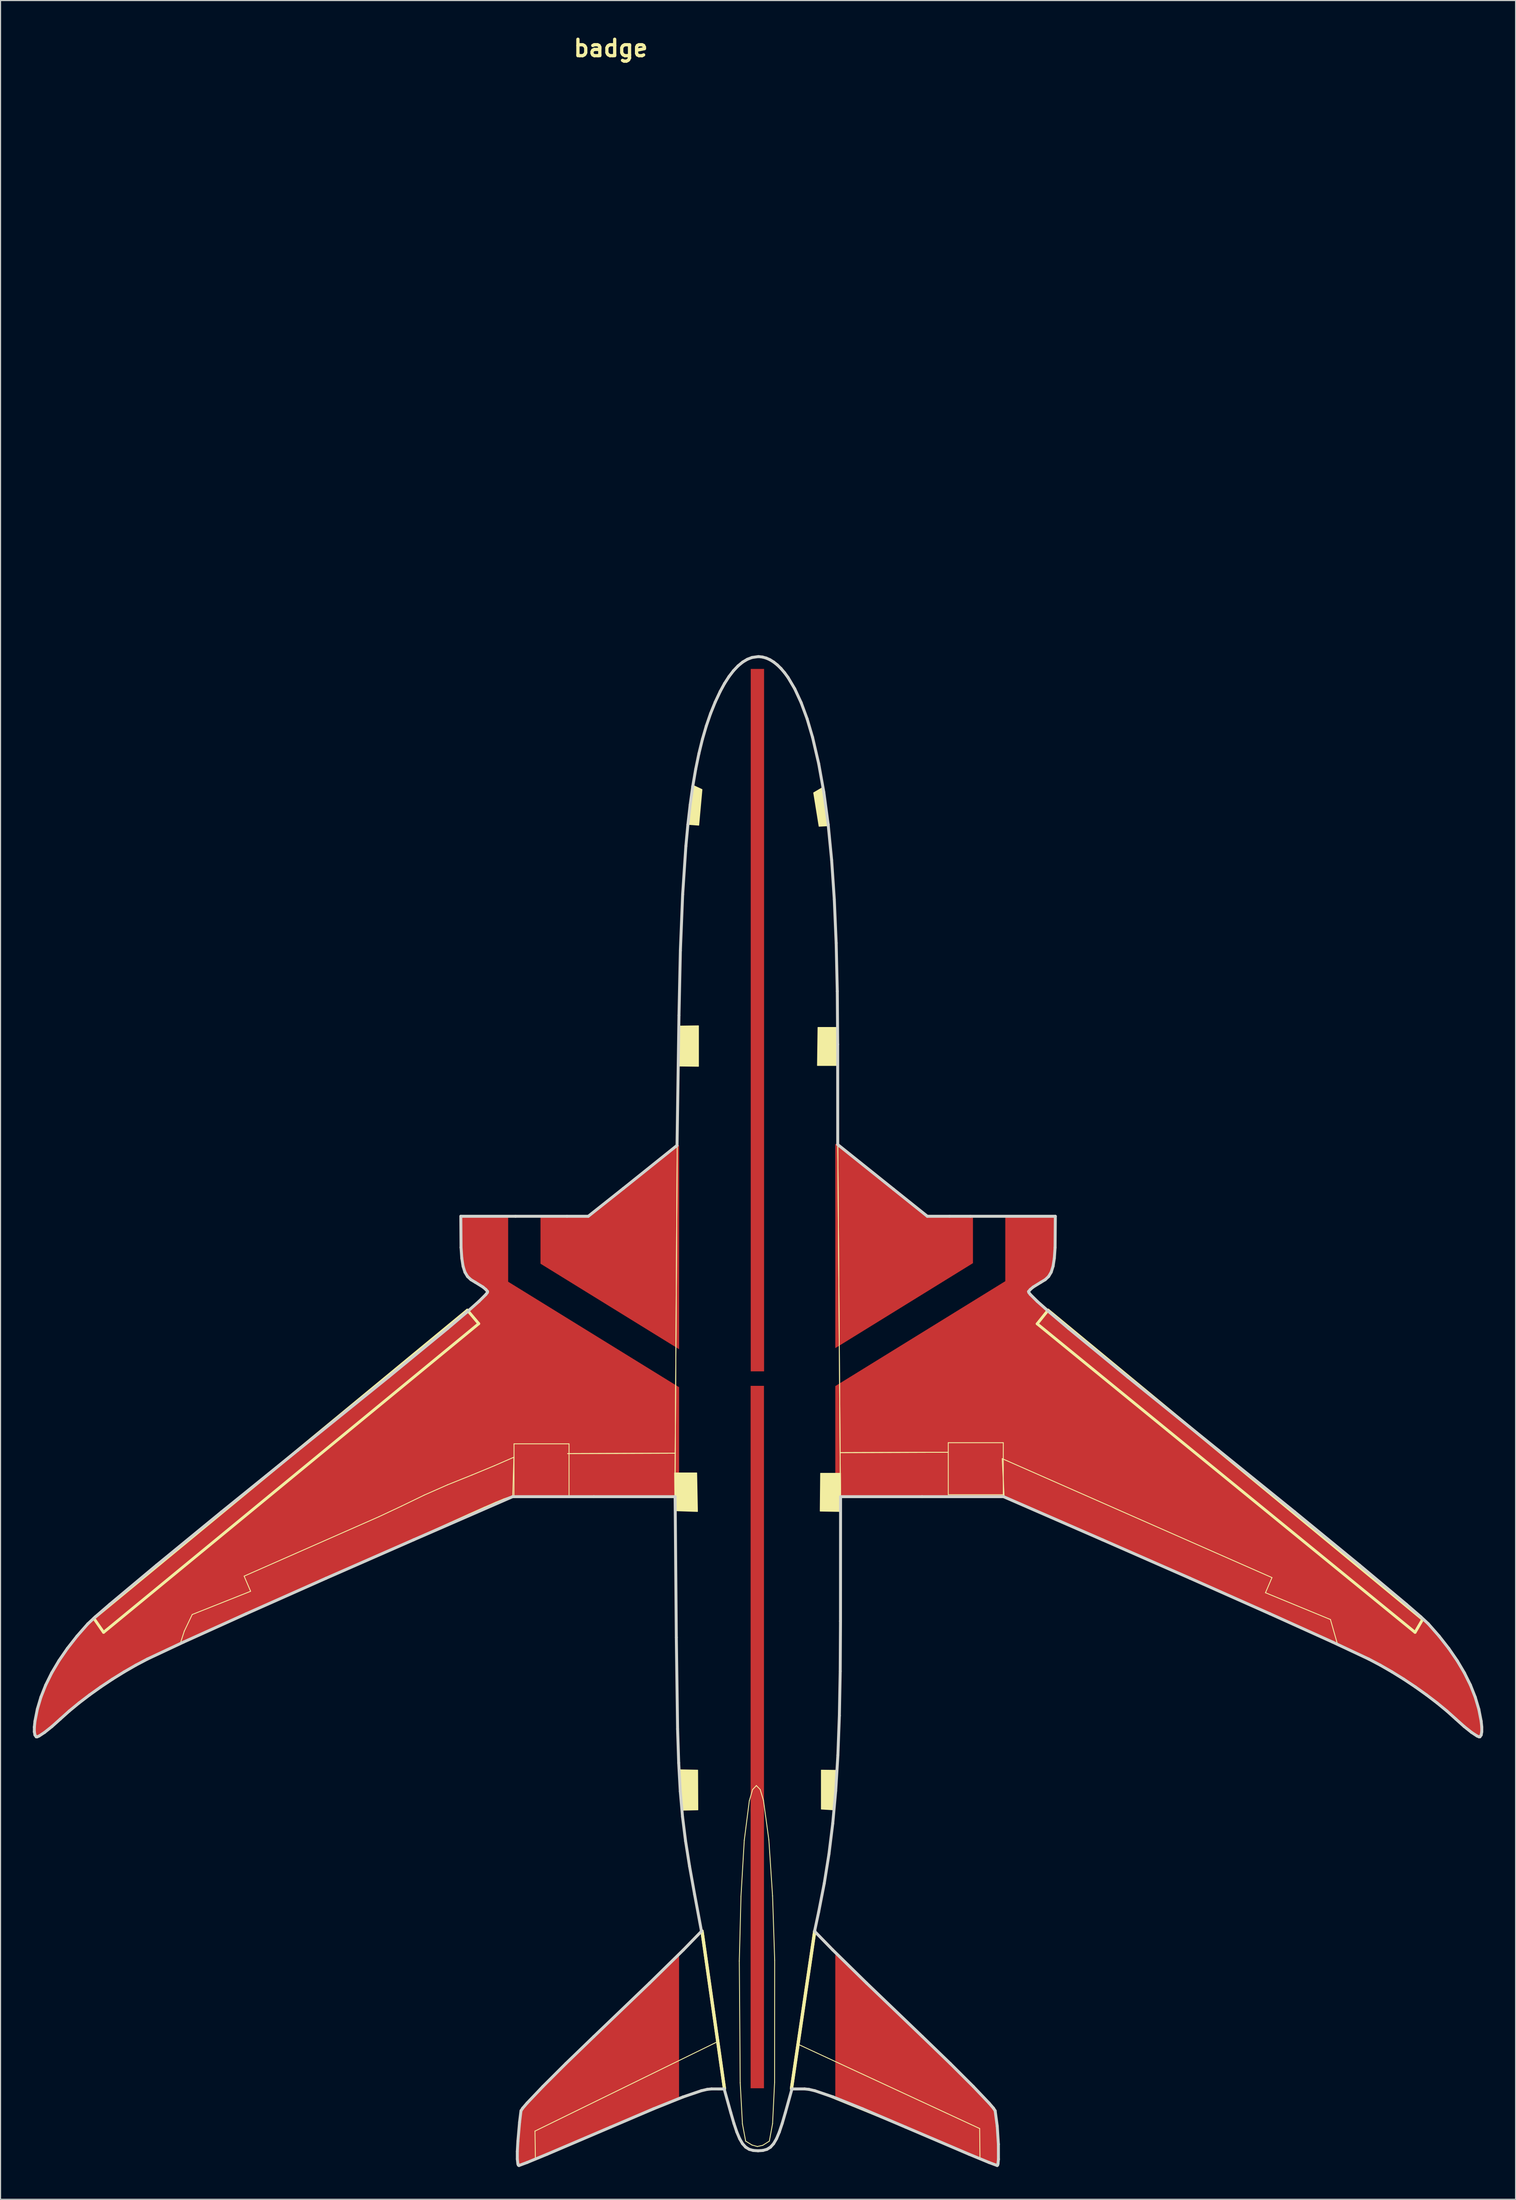
<source format=kicad_pcb>
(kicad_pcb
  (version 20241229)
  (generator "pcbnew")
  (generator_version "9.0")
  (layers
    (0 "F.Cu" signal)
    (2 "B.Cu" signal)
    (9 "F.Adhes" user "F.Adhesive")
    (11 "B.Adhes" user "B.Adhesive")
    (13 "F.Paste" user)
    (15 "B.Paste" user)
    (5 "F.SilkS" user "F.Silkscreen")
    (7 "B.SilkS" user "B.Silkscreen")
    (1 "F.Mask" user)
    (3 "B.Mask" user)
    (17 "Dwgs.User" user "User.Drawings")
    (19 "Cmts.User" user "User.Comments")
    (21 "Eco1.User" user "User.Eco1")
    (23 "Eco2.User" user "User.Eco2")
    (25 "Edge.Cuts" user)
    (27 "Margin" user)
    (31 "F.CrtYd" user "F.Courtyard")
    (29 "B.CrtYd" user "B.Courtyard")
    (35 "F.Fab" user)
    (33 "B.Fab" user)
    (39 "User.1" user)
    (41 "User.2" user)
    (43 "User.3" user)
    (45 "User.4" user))
  (footprint "badge"
    (layer "F.Cu")
    (at 53.622 101.174)
    (property "Reference" "badge" (at 0 -99.748 0) (layer "F.SilkS") (effects (font (size 1.524 1.524) (thickness 0.305))))
    (attr smd)
    (fp_poly (pts (xy -49.167 50.656) (xy -48.634 51.103) (xy -49.471 52.101) (xy -50.004 51.654) (xy -49.167 50.656)) (stroke (width 0) (type solid)) (fill yes) (layer "F.Cu"))
    (fp_poly (pts (xy 12.976 24.358) (xy 14.215 24.358) (xy 14.215 89.532) (xy 12.976 89.532) (xy 12.976 24.358)) (stroke (width 0) (type solid)) (fill yes) (layer "F.Cu"))
    (fp_poly (pts (xy 12.986 -42.16) (xy 14.225 -42.16) (xy 14.225 23.014) (xy 12.986 23.014) (xy 12.986 -42.16)) (stroke (width 0) (type solid)) (fill yes) (layer "F.Cu"))
    (fp_poly (pts (xy 76.148 50.349) (xy 76.985 51.347) (xy 76.453 51.794) (xy 75.615 50.796) (xy 76.148 50.349)) (stroke (width 0) (type solid)) (fill yes) (layer "F.Cu"))
    (fp_poly (pts (xy 6.149 2.011) (xy 6.149 2.05) (xy 1.166 6.044) (xy -2.089 8.626) (xy -4.062 8.626) (xy -6.521 8.626) (xy -6.521 13.026) (xy 6.336 20.959) (xy 6.336 2.04) (xy 6.149 2.011)) (stroke (width 0) (type solid)) (fill yes) (layer "F.Cu"))
    (fp_poly (pts (xy 20.941 1.908) (xy 20.834 1.927) (xy 20.834 20.858) (xy 33.606 12.975) (xy 33.606 8.626) (xy 33.371 8.626) (xy 31.433 8.626) (xy 29.372 8.626) (xy 26.229 6.111) (xy 21.06 1.973) (xy 21.06 1.967) (xy 20.929 1.93) (xy 20.879 1.924) (xy 20.904 1.926) (xy 20.941 1.908)) (stroke (width 0) (type solid)) (fill yes) (layer "F.Cu"))
    (fp_poly (pts (xy 20.834 76.931) (xy 20.834 90.42) (xy 23.362 91.436) (xy 27.368 93.145) (xy 33.248 95.655) (xy 35.099 96.419) (xy 35.851 96.7) (xy 35.894 96.659) (xy 35.927 96.543) (xy 35.97 96.118) (xy 35.966 94.724) (xy 35.859 93.049) (xy 35.666 91.622) (xy 35.508 91.379) (xy 35.098 90.904) (xy 33.636 89.367) (xy 31.501 87.237) (xy 28.915 84.741) (xy 23.733 79.772) (xy 20.834 76.931)) (stroke (width 0) (type solid)) (fill yes) (layer "F.Cu"))
    (fp_poly (pts (xy 6.336 77.088) (xy 3.6 79.772) (xy -1.581 84.741) (xy -4.167 87.237) (xy -6.301 89.367) (xy -7.764 90.904) (xy -8.173 91.379) (xy -8.332 91.622) (xy -8.463 92.684) (xy -8.617 94.444) (xy -8.671 95.395) (xy -8.671 96.104) (xy -8.62 96.547) (xy -8.575 96.66) (xy -8.517 96.699) (xy -7.764 96.418) (xy -5.913 95.655) (xy -0.033 93.145) (xy 3.972 91.436) (xy 6.336 90.486) (xy 6.336 77.088)) (stroke (width 0) (type solid)) (fill yes) (layer "F.Cu"))
    (fp_poly (pts (xy -13.915 8.626) (xy -13.893 11.521) (xy -13.825 12.512) (xy -13.707 13.261) (xy -13.532 13.812) (xy -13.292 14.213) (xy -12.978 14.508) (xy -12.581 14.745) (xy -11.86 15.192) (xy -11.591 15.418) (xy -11.432 15.607) (xy -11.455 15.703) (xy -11.591 15.882) (xy -12.226 16.516) (xy -13.393 17.552) (xy -15.143 19.037) (xy -20.613 23.529) (xy -29.064 30.353) (xy -36.123 36.062) (xy -42.144 40.999) (xy -46.491 44.633) (xy -47.836 45.798) (xy -48.523 46.44) (xy -49.528 47.584) (xy -50.422 48.724) (xy -51.205 49.861) (xy -51.875 50.994) (xy -52.433 52.121) (xy -52.877 53.242) (xy -53.208 54.356) (xy -53.426 55.463) (xy -53.485 56.018) (xy -53.486 56.454) (xy -53.428 56.758) (xy -53.314 56.921) (xy -53.214 56.921) (xy -53.045 56.848) (xy -52.534 56.513) (xy -51.853 55.97) (xy -51.076 55.274) (xy -50.252 54.534) (xy -49.338 53.782) (xy -48.353 53.03) (xy -47.314 52.29) (xy -46.241 51.575) (xy -45.15 50.898) (xy -44.061 50.271) (xy -42.992 49.707) (xy -39.657 48.141) (xy -33.831 45.507) (xy -26.411 42.208) (xy -18.295 38.646) (xy -9.112 34.642) (xy -1.571 34.642) (xy 5.971 34.642) (xy 5.971 34.654) (xy 6.05 34.661) (xy 6.142 34.628) (xy 6.247 34.618) (xy 6.336 34.584) (xy 6.336 24.484) (xy -9.521 14.699) (xy -9.521 8.626) (xy -13.915 8.626)) (stroke (width 0) (type solid)) (fill yes) (layer "F.Cu"))
    (fp_poly (pts (xy 36.606 8.626) (xy 36.606 14.649) (xy 20.834 24.381) (xy 20.834 34.615) (xy 20.952 34.616) (xy 21.154 34.626) (xy 21.214 34.632) (xy 21.322 34.666) (xy 21.322 34.642) (xy 28.883 34.642) (xy 36.446 34.642) (xy 45.628 38.646) (xy 53.744 42.208) (xy 61.165 45.507) (xy 66.991 48.141) (xy 70.326 49.707) (xy 71.396 50.271) (xy 72.484 50.898) (xy 73.575 51.575) (xy 74.648 52.29) (xy 75.687 53.03) (xy 76.672 53.782) (xy 77.585 54.534) (xy 78.41 55.274) (xy 79.186 55.97) (xy 79.867 56.513) (xy 80.379 56.848) (xy 80.549 56.921) (xy 80.648 56.921) (xy 80.762 56.758) (xy 80.819 56.454) (xy 80.819 56.018) (xy 80.759 55.463) (xy 80.542 54.356) (xy 80.211 53.241) (xy 79.766 52.12) (xy 79.208 50.993) (xy 78.538 49.861) (xy 77.755 48.723) (xy 76.861 47.582) (xy 75.855 46.437) (xy 75.167 45.795) (xy 73.822 44.63) (xy 69.476 40.994) (xy 63.454 36.057) (xy 56.398 30.348) (xy 47.975 23.546) (xy 42.503 19.051) (xy 40.746 17.561) (xy 39.571 16.519) (xy 38.929 15.881) (xy 38.791 15.7) (xy 38.768 15.605) (xy 38.926 15.416) (xy 39.195 15.191) (xy 39.915 14.745) (xy 40.311 14.508) (xy 40.625 14.213) (xy 40.866 13.812) (xy 41.041 13.261) (xy 41.158 12.512) (xy 41.227 11.521) (xy 41.249 8.626) (xy 36.606 8.626)) (stroke (width 0) (type solid)) (fill yes) (layer "F.Cu"))
    (fp_poly (pts (xy 9.748 -36.09) (xy 9.916 -37.019) (xy 10.16 -37.833) (xy 10.545 -38.573) (xy 11.756 -39.912) (xy 12.588 -40.423) (xy 13.579 -40.63) (xy 14.582 -40.435) (xy 15.436 -39.934) (xy 16.134 -39.266) (xy 16.665 -38.573) (xy 17.037 -37.815) (xy 17.277 -37.003) (xy 17.445 -36.09) (xy 16.665 -36.09) (xy 16.578 -36.475) (xy 16.177 -37.322) (xy 15.792 -37.777) (xy 15.248 -38.175) (xy 14.519 -38.459) (xy 13.579 -38.573) (xy 12.641 -38.474) (xy 11.918 -38.196) (xy 11.383 -37.799) (xy 11.007 -37.341) (xy 10.623 -36.482) (xy 10.545 -36.09) (xy 9.748 -36.09) (xy 9.748 -36.09)) (stroke (width 0.07) (type solid)) (fill yes) (layer "F.Mask"))
    (fp_poly (pts (xy 34.384 18.87) (xy 30.83 21.173) (xy 30.922 21.213) (xy 30.847 21.306) (xy 30.771 21.377) (xy 30.665 21.243) (xy 30.559 21.109) (xy 30.559 21.109) (xy 30.649 21.132) (xy 30.83 21.173) (xy 34.384 18.87) (xy 30.421 21.724) (xy 30.298 21.864) (xy 30.151 22.007) (xy 30.135 21.915) (xy 30.128 21.692) (xy 30.14 21.374) (xy 30.14 21.374) (xy 30.286 21.549) (xy 30.421 21.724) (xy 34.384 18.87) (xy 29.651 22.583) (xy 29.529 22.717) (xy 29.038 23.298) (xy 28.445 24.042) (xy 28.095 24.485) (xy 28.072 24.499) (xy 28.065 24.485) (xy 28.077 24.392) (xy 28.161 23.997) (xy 28.295 23.582) (xy 28.474 23.157) (xy 28.693 22.737) (xy 29.116 22.084) (xy 29.538 21.517) (xy 29.648 21.39) (xy 29.649 21.39) (xy 29.65 21.986) (xy 29.651 22.583) (xy 34.384 18.87) (xy 34.161 18.896) (xy 27.49 25.068) (xy 27.571 25.087) (xy 27.585 25.122) (xy 27.48 25.323) (xy 27.226 25.718) (xy 26.755 26.435) (xy 26.643 26.62) (xy 26.557 26.428) (xy 26.438 26.135) (xy 26.342 25.842) (xy 26.27 25.55) (xy 26.223 25.261) (xy 26.199 25.059) (xy 26.199 25.059) (xy 26.892 25.059) (xy 27.49 25.068) (xy 34.161 18.896) (xy 33.905 18.972) (xy 31.519 21.429) (xy 31.728 21.546) (xy 32.004 21.72) (xy 32.266 21.924) (xy 32.512 22.154) (xy 32.739 22.408) (xy 32.943 22.682) (xy 33.123 22.973) (xy 33.276 23.277) (xy 33.398 23.591) (xy 33.526 24.081) (xy 33.589 24.491) (xy 33.574 24.524) (xy 33.49 24.542) (xy 32.908 24.551) (xy 32.228 24.551) (xy 32.207 24.4) (xy 32.125 23.955) (xy 32.014 23.542) (xy 31.896 23.242) (xy 31.724 22.873) (xy 31.527 22.497) (xy 31.335 22.175) (xy 31.144 21.84) (xy 31.199 21.758) (xy 31.331 21.615) (xy 31.519 21.43) (xy 31.519 21.429) (xy 33.905 18.972) (xy 33.617 19.097) (xy 30.657 22.353) (xy 30.729 22.287) (xy 30.782 22.268) (xy 30.782 22.268) (xy 30.816 22.282) (xy 30.851 22.32) (xy 30.942 22.46) (xy 31.205 22.914) (xy 31.427 23.39) (xy 31.595 23.859) (xy 31.697 24.292) (xy 31.738 24.551) (xy 30.933 24.551) (xy 30.127 24.551) (xy 30.127 23.757) (xy 30.127 22.964) (xy 30.41 22.636) (xy 30.657 22.353) (xy 33.617 19.097) (xy 33.3 19.269) (xy 32.957 19.488) (xy 29.65 23.528) (xy 29.65 24.039) (xy 29.65 24.551) (xy 29.253 24.551) (xy 28.856 24.534) (xy 29.253 24.023) (xy 29.65 23.528) (xy 29.65 23.528) (xy 32.957 19.488) (xy 32.59 19.751) (xy 28.43 25.075) (xy 29.041 25.066) (xy 29.65 25.057) (xy 29.65 25.058) (xy 29.65 26.647) (xy 29.642 28.235) (xy 29.308 27.796) (xy 28.87 27.172) (xy 28.675 26.847) (xy 28.5 26.513) (xy 28.351 26.181) (xy 28.234 25.864) (xy 28.118 25.504) (xy 28.274 25.289) (xy 28.43 25.075) (xy 32.59 19.751) (xy 32.201 20.059) (xy 31.792 20.409) (xy 31.535 20.638) (xy 29.181 21.128) (xy 29.189 21.145) (xy 29.159 21.198) (xy 28.956 21.469) (xy 28.6 21.968) (xy 28.284 22.473) (xy 28.023 22.961) (xy 27.829 23.408) (xy 27.665 23.977) (xy 27.608 24.256) (xy 27.586 24.452) (xy 27.586 24.55) (xy 26.893 24.55) (xy 26.2 24.55) (xy 26.226 24.334) (xy 26.312 23.874) (xy 26.456 23.429) (xy 26.654 23.006) (xy 26.901 22.611) (xy 27.194 22.249) (xy 27.528 21.927) (xy 27.898 21.65) (xy 28.301 21.424) (xy 28.714 21.26) (xy 29.122 21.137) (xy 29.18 21.128) (xy 29.181 21.128) (xy 31.535 20.638) (xy 27.756 26.006) (xy 27.845 26.239) (xy 28.041 26.683) (xy 28.302 27.164) (xy 28.611 27.659) (xy 28.955 28.14) (xy 29.185 28.45) (xy 29.192 28.479) (xy 29.154 28.484) (xy 28.888 28.413) (xy 28.386 28.223) (xy 27.918 27.971) (xy 27.502 27.669) (xy 27.319 27.503) (xy 27.157 27.329) (xy 27.001 27.147) (xy 27.074 27.022) (xy 27.451 26.451) (xy 27.756 26.007) (xy 27.756 26.006) (xy 31.535 20.638) (xy 31.264 20.547) (xy 30.934 20.449) (xy 30.624 20.386) (xy 30.29 20.354) (xy 29.89 20.345) (xy 30.127 25.059) (xy 30.932 25.059) (xy 31.738 25.059) (xy 31.698 25.305) (xy 31.637 25.604) (xy 31.549 25.907) (xy 31.433 26.215) (xy 31.288 26.531) (xy 31.112 26.858) (xy 30.904 27.198) (xy 30.388 27.926) (xy 30.139 28.236) (xy 30.127 26.647) (xy 30.127 25.059) (xy 30.127 25.059) (xy 29.89 20.345) (xy 29.39 20.359) (xy 29.018 20.417) (xy 28.703 20.496) (xy 28.398 20.596) (xy 28.105 20.715) (xy 27.824 20.853) (xy 27.555 21.009) (xy 27.299 21.184) (xy 27.057 21.375) (xy 26.83 21.583) (xy 26.617 21.807) (xy 26.42 22.046) (xy 26.239 22.3) (xy 26.074 22.569) (xy 25.927 22.851) (xy 25.798 23.146) (xy 25.687 23.454) (xy 25.595 23.774) (xy 25.547 23.982) (xy 25.521 24.172) (xy 25.507 24.805) (xy 33.349 25.058) (xy 33.517 25.077) (xy 33.56 25.1) (xy 33.582 25.135) (xy 33.578 25.256) (xy 33.54 25.459) (xy 33.482 25.732) (xy 33.406 25.997) (xy 33.311 26.253) (xy 33.197 26.501) (xy 33.065 26.74) (xy 32.915 26.97) (xy 32.747 27.191) (xy 32.561 27.402) (xy 32.224 27.714) (xy 31.845 27.987) (xy 31.442 28.21) (xy 31.032 28.371) (xy 30.671 28.473) (xy 30.564 28.496) (xy 30.818 28.167) (xy 31.109 27.773) (xy 31.365 27.388) (xy 31.587 27.011) (xy 31.776 26.641) (xy 31.932 26.277) (xy 32.056 25.918) (xy 32.147 25.562) (xy 32.208 25.209) (xy 32.227 25.059) (xy 32.908 25.059) (xy 33.349 25.058) (xy 33.349 25.058) (xy 33.349 25.058) (xy 25.507 24.805) (xy 25.519 25.439) (xy 25.546 25.627) (xy 25.595 25.836) (xy 25.69 26.163) (xy 25.808 26.49) (xy 25.941 26.799) (xy 26.084 27.073) (xy 26.228 27.324) (xy 26.095 27.566) (xy 25.734 28.281) (xy 25.417 29.001) (xy 25.276 29.38) (xy 25.187 29.686) (xy 25.14 29.959) (xy 25.126 30.237) (xy 25.137 30.491) (xy 25.179 30.672) (xy 25.257 30.8) (xy 25.382 30.898) (xy 25.523 30.955) (xy 25.724 30.957) (xy 25.906 30.926) (xy 26.11 30.856) (xy 26.333 30.747) (xy 26.576 30.599) (xy 26.836 30.414) (xy 27.113 30.192) (xy 27.714 29.639) (xy 28.206 29.152) (xy 27.905 29.386) (xy 27.216 29.895) (xy 26.626 30.276) (xy 26.14 30.525) (xy 25.939 30.598) (xy 25.766 30.638) (xy 25.638 30.641) (xy 25.554 30.586) (xy 25.515 30.54) (xy 25.496 30.487) (xy 25.499 30.272) (xy 25.565 29.911) (xy 25.719 29.465) (xy 25.96 28.932) (xy 26.291 28.309) (xy 26.579 27.794) (xy 26.869 28.065) (xy 27.091 28.261) (xy 27.324 28.441) (xy 27.564 28.603) (xy 27.813 28.749) (xy 28.33 28.988) (xy 28.87 29.158) (xy 29.426 29.256) (xy 29.709 29.277) (xy 29.994 29.28) (xy 30.279 29.265) (xy 30.566 29.231) (xy 30.852 29.178) (xy 31.137 29.106) (xy 31.452 28.994) (xy 31.808 28.833) (xy 32.158 28.646) (xy 32.455 28.457) (xy 32.74 28.225) (xy 33.048 27.928) (xy 33.335 27.613) (xy 33.553 27.329) (xy 33.782 26.942) (xy 33.978 26.522) (xy 34.135 26.084) (xy 34.247 25.639) (xy 34.291 25.269) (xy 34.305 24.804) (xy 34.291 24.34) (xy 34.247 23.97) (xy 34.136 23.526) (xy 33.983 23.097) (xy 33.789 22.685) (xy 33.554 22.29) (xy 33.31 21.973) (xy 32.994 21.631) (xy 32.653 21.315) (xy 32.338 21.072) (xy 32.056 20.885) (xy 32.34 20.612) (xy 32.712 20.271) (xy 33.073 19.969) (xy 33.415 19.711) (xy 33.73 19.502) (xy 34.009 19.347) (xy 34.243 19.251) (xy 34.424 19.221) (xy 34.491 19.232) (xy 34.542 19.261) (xy 34.587 19.322) (xy 34.616 19.411) (xy 34.627 19.661) (xy 34.574 20.003) (xy 34.46 20.425) (xy 34.375 20.669) (xy 34.326 20.77) (xy 34.113 20.543) (xy 33.963 20.378) (xy 33.929 20.359) (xy 33.916 20.376) (xy 33.792 22.062) (xy 34.461 21.506) (xy 35.125 20.945) (xy 34.969 20.924) (xy 34.662 20.9) (xy 34.556 20.891) (xy 34.511 20.874) (xy 34.655 20.511) (xy 34.769 20.219) (xy 34.851 19.956) (xy 34.903 19.72) (xy 34.924 19.512) (xy 34.914 19.332) (xy 34.873 19.18) (xy 34.801 19.054) (xy 34.698 18.956) (xy 34.557 18.891) (xy 34.383 18.869) (xy 34.384 18.87)) (stroke (width 0.008) (type solid)) (fill yes) (layer "F.Mask"))
    (fp_line (start -47.965 45.928) (end -47.062 47.232) (stroke (width 0.265) (type solid)) (layer "F.SilkS"))
    (fp_line (start -47.062 47.232) (end -12.25 18.59) (stroke (width 0.265) (type solid)) (layer "F.SilkS"))
    (fp_line (start -39.936 48.241) (end -34.754 45.953) (stroke (width 0.079) (type solid)) (layer "F.SilkS"))
    (fp_line (start -39.569 47.11) (end -39.936 48.241) (stroke (width 0.079) (type solid)) (layer "F.SilkS"))
    (fp_line (start -38.836 45.575) (end -39.569 47.11) (stroke (width 0.079) (type solid)) (layer "F.SilkS"))
    (fp_line (start -34.754 45.953) (end -30.16 43.912) (stroke (width 0.079) (type solid)) (layer "F.SilkS"))
    (fp_line (start -34.02 42.015) (end -33.418 43.42) (stroke (width 0.079) (type solid)) (layer "F.SilkS"))
    (fp_line (start -33.418 43.42) (end -38.836 45.575) (stroke (width 0.079) (type solid)) (layer "F.SilkS"))
    (fp_line (start -30.16 43.912) (end -26.12 42.107) (stroke (width 0.079) (type solid)) (layer "F.SilkS"))
    (fp_line (start -26.12 42.107) (end -22.603 40.527) (stroke (width 0.079) (type solid)) (layer "F.SilkS"))
    (fp_line (start -22.603 40.527) (end -19.577 39.161) (stroke (width 0.079) (type solid)) (layer "F.SilkS"))
    (fp_line (start -21.505 36.498) (end -34.02 42.015) (stroke (width 0.079) (type solid)) (layer "F.SilkS"))
    (fp_line (start -19.577 39.161) (end -17.009 37.998) (stroke (width 0.079) (type solid)) (layer "F.SilkS"))
    (fp_line (start -19.412 35.515) (end -21.505 36.498) (stroke (width 0.079) (type solid)) (layer "F.SilkS"))
    (fp_line (start -17.298 34.49) (end -19.412 35.515) (stroke (width 0.079) (type solid)) (layer "F.SilkS"))
    (fp_line (start -17.009 37.998) (end -14.867 37.027) (stroke (width 0.079) (type solid)) (layer "F.SilkS"))
    (fp_line (start -15.15 33.544) (end -17.298 34.49) (stroke (width 0.079) (type solid)) (layer "F.SilkS"))
    (fp_line (start -14.867 37.027) (end -13.119 36.237) (stroke (width 0.079) (type solid)) (layer "F.SilkS"))
    (fp_line (start -13.309 17.336) (end -47.965 45.928) (stroke (width 0.265) (type solid)) (layer "F.SilkS"))
    (fp_line (start -13.119 36.237) (end -11.733 35.618) (stroke (width 0.079) (type solid)) (layer "F.SilkS"))
    (fp_line (start -12.88 32.631) (end -15.15 33.544) (stroke (width 0.079) (type solid)) (layer "F.SilkS"))
    (fp_line (start -12.25 18.59) (end -13.309 17.336) (stroke (width 0.265) (type solid)) (layer "F.SilkS"))
    (fp_line (start -11.733 35.618) (end -10.676 35.158) (stroke (width 0.079) (type solid)) (layer "F.SilkS"))
    (fp_line (start -10.795 31.768) (end -12.88 32.631) (stroke (width 0.079) (type solid)) (layer "F.SilkS"))
    (fp_line (start -10.676 35.158) (end -9.916 34.845) (stroke (width 0.079) (type solid)) (layer "F.SilkS"))
    (fp_line (start -9.916 34.845) (end -9.422 34.671) (stroke (width 0.079) (type solid)) (layer "F.SilkS"))
    (fp_line (start -9.422 34.671) (end -9.16 34.622) (stroke (width 0.079) (type solid)) (layer "F.SilkS"))
    (fp_line (start -9.16 34.622) (end -9.099 34.689) (stroke (width 0.079) (type solid)) (layer "F.SilkS"))
    (fp_line (start -9.099 34.689) (end -8.99 30.98) (stroke (width 0.079) (type solid)) (layer "F.SilkS"))
    (fp_line (start -8.99 30.98) (end -10.795 31.768) (stroke (width 0.079) (type solid)) (layer "F.SilkS"))
    (fp_line (start -8.979 29.74) (end -3.872 29.74) (stroke (width 0.079) (type solid)) (layer "F.SilkS"))
    (fp_line (start -8.979 34.564) (end -8.979 29.74) (stroke (width 0.079) (type solid)) (layer "F.SilkS"))
    (fp_line (start -7.034 93.505) (end 9.921 85.204) (stroke (width 0.079) (type solid)) (layer "F.SilkS"))
    (fp_line (start -6.995 96.02) (end -7.034 93.505) (stroke (width 0.079) (type solid)) (layer "F.SilkS"))
    (fp_line (start -6.181 95.768) (end -6.995 96.02) (stroke (width 0.079) (type solid)) (layer "F.SilkS"))
    (fp_line (start -4.057 94.9) (end -6.181 95.768) (stroke (width 0.079) (type solid)) (layer "F.SilkS"))
    (fp_line (start -3.996 30.645) (end 5.971 30.609) (stroke (width 0.079) (type solid)) (layer "F.SilkS"))
    (fp_line (start -3.872 29.74) (end -3.872 34.564) (stroke (width 0.079) (type solid)) (layer "F.SilkS"))
    (fp_line (start -3.872 34.564) (end -8.979 34.564) (stroke (width 0.079) (type solid)) (layer "F.SilkS"))
    (fp_line (start -1.11 93.654) (end -4.057 94.9) (stroke (width 0.079) (type solid)) (layer "F.SilkS"))
    (fp_line (start 2.168 92.267) (end -1.11 93.654) (stroke (width 0.079) (type solid)) (layer "F.SilkS"))
    (fp_line (start 5.291 90.974) (end 2.168 92.267) (stroke (width 0.079) (type solid)) (layer "F.SilkS"))
    (fp_line (start 5.953 34.706) (end 6.166 2.039) (stroke (width 0.079) (type solid)) (layer "F.SilkS"))
    (fp_line (start 5.971 30.609) (end -3.996 30.645) (stroke (width 0.079) (type solid)) (layer "F.SilkS"))
    (fp_line (start 6.166 2.039) (end 5.953 34.706) (stroke (width 0.079) (type solid)) (layer "F.SilkS"))
    (fp_line (start 7.768 90.013) (end 5.291 90.974) (stroke (width 0.079) (type solid)) (layer "F.SilkS"))
    (fp_line (start 8.466 74.946) (end 10.548 89.568) (stroke (width 0.3) (type solid)) (layer "F.SilkS"))
    (fp_line (start 9.111 89.62) (end 7.768 90.013) (stroke (width 0.079) (type solid)) (layer "F.SilkS"))
    (fp_line (start 9.921 85.204) (end 10.546 89.56) (stroke (width 0.079) (type solid)) (layer "F.SilkS"))
    (fp_line (start 10.546 89.56) (end 9.111 89.62) (stroke (width 0.079) (type solid)) (layer "F.SilkS"))
    (fp_line (start 10.548 89.568) (end 8.466 74.946) (stroke (width 0.3) (type solid)) (layer "F.SilkS"))
    (fp_line (start 11.927 77.722) (end 12.01 89.024) (stroke (width 0.079) (type solid)) (layer "F.SilkS"))
    (fp_line (start 12.01 89.024) (end 12.217 92.841) (stroke (width 0.079) (type solid)) (layer "F.SilkS"))
    (fp_line (start 12.081 71.738) (end 11.927 77.722) (stroke (width 0.079) (type solid)) (layer "F.SilkS"))
    (fp_line (start 12.217 92.841) (end 12.515 94.436) (stroke (width 0.079) (type solid)) (layer "F.SilkS"))
    (fp_line (start 12.386 66.531) (end 12.081 71.738) (stroke (width 0.079) (type solid)) (layer "F.SilkS"))
    (fp_line (start 12.515 94.436) (end 13.107 94.799) (stroke (width 0.079) (type solid)) (layer "F.SilkS"))
    (fp_line (start 12.856 62.852) (end 12.386 66.531) (stroke (width 0.079) (type solid)) (layer "F.SilkS"))
    (fp_line (start 13.107 94.799) (end 13.601 94.937) (stroke (width 0.079) (type solid)) (layer "F.SilkS"))
    (fp_line (start 13.159 61.819) (end 12.856 62.852) (stroke (width 0.079) (type solid)) (layer "F.SilkS"))
    (fp_line (start 13.508 61.45) (end 13.508 61.45) (stroke (width 0.079) (type solid)) (layer "F.SilkS"))
    (fp_line (start 13.508 61.45) (end 13.159 61.819) (stroke (width 0.079) (type solid)) (layer "F.SilkS"))
    (fp_line (start 13.601 94.937) (end 14.101 94.825) (stroke (width 0.079) (type solid)) (layer "F.SilkS"))
    (fp_line (start 13.86 61.806) (end 13.508 61.45) (stroke (width 0.079) (type solid)) (layer "F.SilkS"))
    (fp_line (start 14.101 94.825) (end 14.714 94.436) (stroke (width 0.079) (type solid)) (layer "F.SilkS"))
    (fp_line (start 14.17 62.828) (end 13.86 61.806) (stroke (width 0.079) (type solid)) (layer "F.SilkS"))
    (fp_line (start 14.668 66.489) (end 14.17 62.828) (stroke (width 0.079) (type solid)) (layer "F.SilkS"))
    (fp_line (start 14.714 94.436) (end 15.013 92.812) (stroke (width 0.079) (type solid)) (layer "F.SilkS"))
    (fp_line (start 15.012 71.683) (end 14.668 66.489) (stroke (width 0.079) (type solid)) (layer "F.SilkS"))
    (fp_line (start 15.013 92.812) (end 15.201 88.976) (stroke (width 0.079) (type solid)) (layer "F.SilkS"))
    (fp_line (start 15.201 88.976) (end 15.209 77.662) (stroke (width 0.079) (type solid)) (layer "F.SilkS"))
    (fp_line (start 15.209 77.662) (end 15.012 71.683) (stroke (width 0.079) (type solid)) (layer "F.SilkS"))
    (fp_line (start 16.767 89.568) (end 18.924 74.946) (stroke (width 0.3) (type solid)) (layer "F.SilkS"))
    (fp_line (start 16.787 89.553) (end 17.394 85.455) (stroke (width 0.079) (type solid)) (layer "F.SilkS"))
    (fp_line (start 17.394 85.455) (end 34.227 93.268) (stroke (width 0.079) (type solid)) (layer "F.SilkS"))
    (fp_line (start 18.854 89.733) (end 16.787 89.553) (stroke (width 0.079) (type solid)) (layer "F.SilkS"))
    (fp_line (start 18.924 74.946) (end 16.767 89.568) (stroke (width 0.3) (type solid)) (layer "F.SilkS"))
    (fp_line (start 21.063 2.003) (end 21.311 34.6) (stroke (width 0.079) (type solid)) (layer "F.SilkS"))
    (fp_line (start 21.276 30.556) (end 31.243 30.521) (stroke (width 0.079) (type solid)) (layer "F.SilkS"))
    (fp_line (start 21.311 34.6) (end 21.063 2.003) (stroke (width 0.079) (type solid)) (layer "F.SilkS"))
    (fp_line (start 31.243 30.521) (end 21.276 30.556) (stroke (width 0.079) (type solid)) (layer "F.SilkS"))
    (fp_line (start 31.314 29.634) (end 36.421 29.634) (stroke (width 0.079) (type solid)) (layer "F.SilkS"))
    (fp_line (start 31.314 34.458) (end 31.314 29.634) (stroke (width 0.079) (type solid)) (layer "F.SilkS"))
    (fp_line (start 34.227 93.268) (end 34.258 96.009) (stroke (width 0.079) (type solid)) (layer "F.SilkS"))
    (fp_line (start 34.258 96.009) (end 18.854 89.733) (stroke (width 0.079) (type solid)) (layer "F.SilkS"))
    (fp_line (start 36.321 31.115) (end 61.351 42.15) (stroke (width 0.079) (type solid)) (layer "F.SilkS"))
    (fp_line (start 36.421 29.634) (end 36.421 34.458) (stroke (width 0.079) (type solid)) (layer "F.SilkS"))
    (fp_line (start 36.421 34.458) (end 31.314 34.458) (stroke (width 0.079) (type solid)) (layer "F.SilkS"))
    (fp_line (start 36.497 34.64) (end 36.321 31.115) (stroke (width 0.079) (type solid)) (layer "F.SilkS"))
    (fp_line (start 39.565 18.602) (end 74.628 47.232) (stroke (width 0.265) (type solid)) (layer "F.SilkS"))
    (fp_line (start 40.581 17.336) (end 39.565 18.602) (stroke (width 0.265) (type solid)) (layer "F.SilkS"))
    (fp_line (start 60.749 43.555) (end 66.776 46.04) (stroke (width 0.079) (type solid)) (layer "F.SilkS"))
    (fp_line (start 61.351 42.15) (end 60.749 43.555) (stroke (width 0.079) (type solid)) (layer "F.SilkS"))
    (fp_line (start 66.776 46.04) (end 67.411 48.264) (stroke (width 0.079) (type solid)) (layer "F.SilkS"))
    (fp_line (start 67.411 48.264) (end 36.497 34.64) (stroke (width 0.079) (type solid)) (layer "F.SilkS"))
    (fp_line (start 74.628 47.232) (end 75.33 46.028) (stroke (width 0.265) (type solid)) (layer "F.SilkS"))
    (fp_line (start 75.33 46.028) (end 40.581 17.336) (stroke (width 0.265) (type solid)) (layer "F.SilkS"))
    (fp_poly (pts (xy 5.918 32.436) (xy 7.975 32.436) (xy 8.046 36.018) (xy 5.953 35.947) (xy 5.918 32.436)) (stroke (width 0.07) (type solid)) (fill yes) (layer "F.SilkS"))
    (fp_poly (pts (xy 6.259 -9.023) (xy 8.14 -9.049) (xy 8.14 -5.287) (xy 6.234 -5.312) (xy 6.259 -9.023)) (stroke (width 0.07) (type solid)) (fill yes) (layer "F.SilkS"))
    (fp_poly (pts (xy 6.308 59.978) (xy 8.064 60.013) (xy 8.081 63.702) (xy 6.556 63.737) (xy 6.308 59.978)) (stroke (width 0.07) (type solid)) (fill yes) (layer "F.SilkS"))
    (fp_poly (pts (xy 7.613 -31.37) (xy 8.466 -30.969) (xy 8.165 -27.658) (xy 7.162 -27.733) (xy 7.613 -31.37)) (stroke (width 0.07) (type solid)) (fill yes) (layer "F.SilkS"))
    (fp_poly (pts (xy 19.677 -31.169) (xy 18.824 -30.668) (xy 19.326 -27.558) (xy 20.178 -27.608) (xy 19.677 -31.169)) (stroke (width 0.07) (type solid)) (fill yes) (layer "F.SilkS"))
    (fp_poly (pts (xy 20.992 60.031) (xy 19.538 60.013) (xy 19.538 63.631) (xy 20.708 63.702) (xy 20.992 60.031)) (stroke (width 0.07) (type solid)) (fill yes) (layer "F.SilkS"))
    (fp_poly (pts (xy 21.031 -8.898) (xy 19.225 -8.898) (xy 19.175 -5.362) (xy 21.006 -5.362) (xy 21.031 -8.898)) (stroke (width 0.07) (type solid)) (fill yes) (layer "F.SilkS"))
    (fp_poly (pts (xy 21.311 32.471) (xy 19.467 32.471) (xy 19.431 35.983) (xy 21.347 36.018) (xy 21.311 32.471)) (stroke (width 0.07) (type solid)) (fill yes) (layer "F.SilkS"))
    (fp_line (start -53.486 56.454) (end -53.428 56.758) (stroke (width 0.273) (type solid)) (layer "Edge.Cuts"))
    (fp_line (start -53.485 56.018) (end -53.486 56.454) (stroke (width 0.273) (type solid)) (layer "Edge.Cuts"))
    (fp_line (start -53.428 56.758) (end -53.314 56.921) (stroke (width 0.273) (type solid)) (layer "Edge.Cuts"))
    (fp_line (start -53.426 55.463) (end -53.485 56.018) (stroke (width 0.273) (type solid)) (layer "Edge.Cuts"))
    (fp_line (start -53.314 56.921) (end -53.214 56.921) (stroke (width 0.273) (type solid)) (layer "Edge.Cuts"))
    (fp_line (start -53.214 56.921) (end -53.045 56.848) (stroke (width 0.273) (type solid)) (layer "Edge.Cuts"))
    (fp_line (start -53.208 54.356) (end -53.426 55.463) (stroke (width 0.273) (type solid)) (layer "Edge.Cuts"))
    (fp_line (start -53.045 56.848) (end -52.534 56.513) (stroke (width 0.273) (type solid)) (layer "Edge.Cuts"))
    (fp_line (start -52.877 53.242) (end -53.208 54.356) (stroke (width 0.273) (type solid)) (layer "Edge.Cuts"))
    (fp_line (start -52.534 56.513) (end -51.853 55.97) (stroke (width 0.273) (type solid)) (layer "Edge.Cuts"))
    (fp_line (start -52.432 52.121) (end -52.877 53.242) (stroke (width 0.273) (type solid)) (layer "Edge.Cuts"))
    (fp_line (start -51.875 50.994) (end -52.432 52.121) (stroke (width 0.273) (type solid)) (layer "Edge.Cuts"))
    (fp_line (start -51.853 55.97) (end -51.076 55.274) (stroke (width 0.273) (type solid)) (layer "Edge.Cuts"))
    (fp_line (start -51.205 49.861) (end -51.875 50.994) (stroke (width 0.273) (type solid)) (layer "Edge.Cuts"))
    (fp_line (start -51.076 55.274) (end -50.252 54.534) (stroke (width 0.273) (type solid)) (layer "Edge.Cuts"))
    (fp_line (start -50.422 48.724) (end -51.205 49.861) (stroke (width 0.273) (type solid)) (layer "Edge.Cuts"))
    (fp_line (start -50.252 54.534) (end -49.338 53.782) (stroke (width 0.273) (type solid)) (layer "Edge.Cuts"))
    (fp_line (start -49.528 47.583) (end -50.422 48.724) (stroke (width 0.273) (type solid)) (layer "Edge.Cuts"))
    (fp_line (start -49.338 53.782) (end -48.353 53.03) (stroke (width 0.273) (type solid)) (layer "Edge.Cuts"))
    (fp_line (start -48.523 46.44) (end -49.528 47.583) (stroke (width 0.273) (type solid)) (layer "Edge.Cuts"))
    (fp_line (start -48.353 53.03) (end -47.315 52.29) (stroke (width 0.273) (type solid)) (layer "Edge.Cuts"))
    (fp_line (start -47.836 45.798) (end -48.523 46.44) (stroke (width 0.273) (type solid)) (layer "Edge.Cuts"))
    (fp_line (start -47.315 52.29) (end -46.241 51.575) (stroke (width 0.273) (type solid)) (layer "Edge.Cuts"))
    (fp_line (start -46.491 44.634) (end -47.836 45.798) (stroke (width 0.273) (type solid)) (layer "Edge.Cuts"))
    (fp_line (start -46.241 51.575) (end -45.15 50.898) (stroke (width 0.273) (type solid)) (layer "Edge.Cuts"))
    (fp_line (start -45.15 50.898) (end -44.061 50.271) (stroke (width 0.273) (type solid)) (layer "Edge.Cuts"))
    (fp_line (start -44.061 50.271) (end -42.992 49.707) (stroke (width 0.273) (type solid)) (layer "Edge.Cuts"))
    (fp_line (start -42.992 49.707) (end -39.657 48.141) (stroke (width 0.273) (type solid)) (layer "Edge.Cuts"))
    (fp_line (start -42.144 40.998) (end -46.491 44.634) (stroke (width 0.273) (type solid)) (layer "Edge.Cuts"))
    (fp_line (start -39.657 48.141) (end -33.831 45.508) (stroke (width 0.273) (type solid)) (layer "Edge.Cuts"))
    (fp_line (start -36.123 36.062) (end -42.144 40.998) (stroke (width 0.273) (type solid)) (layer "Edge.Cuts"))
    (fp_line (start -33.831 45.508) (end -26.411 42.208) (stroke (width 0.273) (type solid)) (layer "Edge.Cuts"))
    (fp_line (start -29.064 30.353) (end -36.123 36.062) (stroke (width 0.273) (type solid)) (layer "Edge.Cuts"))
    (fp_line (start -26.411 42.208) (end -18.295 38.646) (stroke (width 0.273) (type solid)) (layer "Edge.Cuts"))
    (fp_line (start -20.613 23.529) (end -29.064 30.353) (stroke (width 0.273) (type solid)) (layer "Edge.Cuts"))
    (fp_line (start -18.295 38.646) (end -9.112 34.642) (stroke (width 0.273) (type solid)) (layer "Edge.Cuts"))
    (fp_line (start -15.143 19.037) (end -20.613 23.529) (stroke (width 0.273) (type solid)) (layer "Edge.Cuts"))
    (fp_line (start -13.915 8.626) (end -13.893 11.521) (stroke (width 0.273) (type solid)) (layer "Edge.Cuts"))
    (fp_line (start -13.893 11.521) (end -13.824 12.512) (stroke (width 0.273) (type solid)) (layer "Edge.Cuts"))
    (fp_line (start -13.824 12.512) (end -13.707 13.261) (stroke (width 0.273) (type solid)) (layer "Edge.Cuts"))
    (fp_line (start -13.707 13.261) (end -13.532 13.812) (stroke (width 0.273) (type solid)) (layer "Edge.Cuts"))
    (fp_line (start -13.532 13.812) (end -13.292 14.213) (stroke (width 0.273) (type solid)) (layer "Edge.Cuts"))
    (fp_line (start -13.393 17.552) (end -15.143 19.037) (stroke (width 0.273) (type solid)) (layer "Edge.Cuts"))
    (fp_line (start -13.292 14.213) (end -12.977 14.508) (stroke (width 0.273) (type solid)) (layer "Edge.Cuts"))
    (fp_line (start -12.977 14.508) (end -12.581 14.745) (stroke (width 0.273) (type solid)) (layer "Edge.Cuts"))
    (fp_line (start -12.581 14.745) (end -11.861 15.192) (stroke (width 0.273) (type solid)) (layer "Edge.Cuts"))
    (fp_line (start -12.226 16.516) (end -13.393 17.552) (stroke (width 0.273) (type solid)) (layer "Edge.Cuts"))
    (fp_line (start -11.861 15.192) (end -11.591 15.418) (stroke (width 0.273) (type solid)) (layer "Edge.Cuts"))
    (fp_line (start -11.591 15.418) (end -11.432 15.607) (stroke (width 0.273) (type solid)) (layer "Edge.Cuts"))
    (fp_line (start -11.591 15.882) (end -12.226 16.516) (stroke (width 0.273) (type solid)) (layer "Edge.Cuts"))
    (fp_line (start -11.455 15.703) (end -11.591 15.882) (stroke (width 0.273) (type solid)) (layer "Edge.Cuts"))
    (fp_line (start -11.432 15.607) (end -11.455 15.703) (stroke (width 0.273) (type solid)) (layer "Edge.Cuts"))
    (fp_line (start -9.112 34.642) (end -1.57 34.642) (stroke (width 0.273) (type solid)) (layer "Edge.Cuts"))
    (fp_line (start -8.84 8.626) (end -13.915 8.626) (stroke (width 0.273) (type solid)) (layer "Edge.Cuts"))
    (fp_line (start -8.671 96.104) (end -8.62 96.546) (stroke (width 0.273) (type solid)) (layer "Edge.Cuts"))
    (fp_line (start -8.671 95.395) (end -8.671 96.104) (stroke (width 0.273) (type solid)) (layer "Edge.Cuts"))
    (fp_line (start -8.62 96.546) (end -8.575 96.66) (stroke (width 0.273) (type solid)) (layer "Edge.Cuts"))
    (fp_line (start -8.617 94.444) (end -8.671 95.395) (stroke (width 0.273) (type solid)) (layer "Edge.Cuts"))
    (fp_line (start -8.575 96.66) (end -8.517 96.699) (stroke (width 0.273) (type solid)) (layer "Edge.Cuts"))
    (fp_line (start -8.517 96.699) (end -7.764 96.419) (stroke (width 0.273) (type solid)) (layer "Edge.Cuts"))
    (fp_line (start -8.463 92.684) (end -8.617 94.444) (stroke (width 0.273) (type solid)) (layer "Edge.Cuts"))
    (fp_line (start -8.332 91.622) (end -8.463 92.684) (stroke (width 0.273) (type solid)) (layer "Edge.Cuts"))
    (fp_line (start -8.173 91.379) (end -8.332 91.622) (stroke (width 0.273) (type solid)) (layer "Edge.Cuts"))
    (fp_line (start -7.764 96.419) (end -5.913 95.655) (stroke (width 0.273) (type solid)) (layer "Edge.Cuts"))
    (fp_line (start -7.764 90.903) (end -8.173 91.379) (stroke (width 0.273) (type solid)) (layer "Edge.Cuts"))
    (fp_line (start -6.301 89.367) (end -7.764 90.903) (stroke (width 0.273) (type solid)) (layer "Edge.Cuts"))
    (fp_line (start -5.913 95.655) (end -0.033 93.145) (stroke (width 0.273) (type solid)) (layer "Edge.Cuts"))
    (fp_line (start -4.167 87.237) (end -6.301 89.367) (stroke (width 0.273) (type solid)) (layer "Edge.Cuts"))
    (fp_line (start -4.062 8.626) (end -8.84 8.626) (stroke (width 0.273) (type solid)) (layer "Edge.Cuts"))
    (fp_line (start -2.089 8.626) (end -4.062 8.626) (stroke (width 0.273) (type solid)) (layer "Edge.Cuts"))
    (fp_line (start -1.581 84.74) (end -4.167 87.237) (stroke (width 0.273) (type solid)) (layer "Edge.Cuts"))
    (fp_line (start -1.57 34.642) (end 5.971 34.642) (stroke (width 0.273) (type solid)) (layer "Edge.Cuts"))
    (fp_line (start -0.033 93.145) (end 3.972 91.436) (stroke (width 0.273) (type solid)) (layer "Edge.Cuts"))
    (fp_line (start 1.166 6.044) (end -2.089 8.626) (stroke (width 0.273) (type solid)) (layer "Edge.Cuts"))
    (fp_line (start 3.6 79.772) (end -1.581 84.74) (stroke (width 0.273) (type solid)) (layer "Edge.Cuts"))
    (fp_line (start 3.972 91.436) (end 6.691 90.343) (stroke (width 0.273) (type solid)) (layer "Edge.Cuts"))
    (fp_line (start 5.971 34.642) (end 6.082 47.696) (stroke (width 0.273) (type solid)) (layer "Edge.Cuts"))
    (fp_line (start 6.082 47.696) (end 6.2 56.201) (stroke (width 0.273) (type solid)) (layer "Edge.Cuts"))
    (fp_line (start 6.149 2.05) (end 1.166 6.044) (stroke (width 0.273) (type solid)) (layer "Edge.Cuts"))
    (fp_line (start 6.2 56.201) (end 6.302 59.339) (stroke (width 0.273) (type solid)) (layer "Edge.Cuts"))
    (fp_line (start 6.302 59.339) (end 6.45 61.99) (stroke (width 0.273) (type solid)) (layer "Edge.Cuts"))
    (fp_line (start 6.328 -10.017) (end 6.149 2.05) (stroke (width 0.273) (type solid)) (layer "Edge.Cuts"))
    (fp_line (start 6.45 61.99) (end 6.658 64.345) (stroke (width 0.273) (type solid)) (layer "Edge.Cuts"))
    (fp_line (start 6.459 -16.026) (end 6.328 -10.017) (stroke (width 0.273) (type solid)) (layer "Edge.Cuts"))
    (fp_line (start 6.658 64.345) (end 6.94 66.595) (stroke (width 0.273) (type solid)) (layer "Edge.Cuts"))
    (fp_line (start 6.67 -21.233) (end 6.459 -16.026) (stroke (width 0.273) (type solid)) (layer "Edge.Cuts"))
    (fp_line (start 6.691 90.343) (end 8.394 89.763) (stroke (width 0.273) (type solid)) (layer "Edge.Cuts"))
    (fp_line (start 6.736 76.696) (end 3.6 79.772) (stroke (width 0.273) (type solid)) (layer "Edge.Cuts"))
    (fp_line (start 6.94 66.595) (end 7.309 68.932) (stroke (width 0.273) (type solid)) (layer "Edge.Cuts"))
    (fp_line (start 6.969 -25.719) (end 6.67 -21.233) (stroke (width 0.273) (type solid)) (layer "Edge.Cuts"))
    (fp_line (start 7.156 -27.716) (end 6.969 -25.719) (stroke (width 0.273) (type solid)) (layer "Edge.Cuts"))
    (fp_line (start 7.309 68.932) (end 7.779 71.548) (stroke (width 0.273) (type solid)) (layer "Edge.Cuts"))
    (fp_line (start 7.368 -29.562) (end 7.156 -27.716) (stroke (width 0.273) (type solid)) (layer "Edge.Cuts"))
    (fp_line (start 7.608 -31.266) (end 7.368 -29.562) (stroke (width 0.273) (type solid)) (layer "Edge.Cuts"))
    (fp_line (start 7.779 71.548) (end 8.416 74.965) (stroke (width 0.273) (type solid)) (layer "Edge.Cuts"))
    (fp_line (start 7.876 -32.84) (end 7.608 -31.266) (stroke (width 0.273) (type solid)) (layer "Edge.Cuts"))
    (fp_line (start 8.174 -34.291) (end 7.876 -32.84) (stroke (width 0.273) (type solid)) (layer "Edge.Cuts"))
    (fp_line (start 8.394 89.763) (end 8.949 89.633) (stroke (width 0.273) (type solid)) (layer "Edge.Cuts"))
    (fp_line (start 8.416 74.965) (end 6.736 76.696) (stroke (width 0.273) (type solid)) (layer "Edge.Cuts"))
    (fp_line (start 8.503 -35.631) (end 8.174 -34.291) (stroke (width 0.273) (type solid)) (layer "Edge.Cuts"))
    (fp_line (start 8.864 -36.869) (end 8.503 -35.631) (stroke (width 0.273) (type solid)) (layer "Edge.Cuts"))
    (fp_line (start 8.949 89.633) (end 9.352 89.593) (stroke (width 0.273) (type solid)) (layer "Edge.Cuts"))
    (fp_line (start 9.258 -38.016) (end 8.864 -36.869) (stroke (width 0.273) (type solid)) (layer "Edge.Cuts"))
    (fp_line (start 9.352 89.593) (end 10.523 89.596) (stroke (width 0.273) (type solid)) (layer "Edge.Cuts"))
    (fp_line (start 9.688 -39.079) (end 9.258 -38.016) (stroke (width 0.273) (type solid)) (layer "Edge.Cuts"))
    (fp_line (start 10.153 -40.071) (end 9.688 -39.079) (stroke (width 0.273) (type solid)) (layer "Edge.Cuts"))
    (fp_line (start 10.523 89.596) (end 11.131 91.779) (stroke (width 0.273) (type solid)) (layer "Edge.Cuts"))
    (fp_line (start 10.555 -40.808) (end 10.153 -40.071) (stroke (width 0.273) (type solid)) (layer "Edge.Cuts"))
    (fp_line (start 10.966 -41.447) (end 10.555 -40.808) (stroke (width 0.273) (type solid)) (layer "Edge.Cuts"))
    (fp_line (start 11.131 91.779) (end 11.425 92.787) (stroke (width 0.273) (type solid)) (layer "Edge.Cuts"))
    (fp_line (start 11.384 -41.991) (end 10.966 -41.447) (stroke (width 0.273) (type solid)) (layer "Edge.Cuts"))
    (fp_line (start 11.425 92.787) (end 11.695 93.591) (stroke (width 0.273) (type solid)) (layer "Edge.Cuts"))
    (fp_line (start 11.695 93.591) (end 11.957 94.212) (stroke (width 0.273) (type solid)) (layer "Edge.Cuts"))
    (fp_line (start 11.809 -42.44) (end 11.384 -41.991) (stroke (width 0.273) (type solid)) (layer "Edge.Cuts"))
    (fp_line (start 11.957 94.212) (end 12.224 94.673) (stroke (width 0.273) (type solid)) (layer "Edge.Cuts"))
    (fp_line (start 12.224 94.673) (end 12.514 94.993) (stroke (width 0.273) (type solid)) (layer "Edge.Cuts"))
    (fp_line (start 12.239 -42.794) (end 11.809 -42.44) (stroke (width 0.273) (type solid)) (layer "Edge.Cuts"))
    (fp_line (start 12.514 94.993) (end 12.841 95.196) (stroke (width 0.273) (type solid)) (layer "Edge.Cuts"))
    (fp_line (start 12.673 -43.054) (end 12.239 -42.794) (stroke (width 0.273) (type solid)) (layer "Edge.Cuts"))
    (fp_line (start 12.841 95.196) (end 13.22 95.302) (stroke (width 0.273) (type solid)) (layer "Edge.Cuts"))
    (fp_line (start 13.108 -43.221) (end 12.673 -43.054) (stroke (width 0.273) (type solid)) (layer "Edge.Cuts"))
    (fp_line (start 13.22 95.302) (end 13.667 95.332) (stroke (width 0.273) (type solid)) (layer "Edge.Cuts"))
    (fp_line (start 13.667 95.332) (end 14.114 95.302) (stroke (width 0.273) (type solid)) (layer "Edge.Cuts"))
    (fp_line (start 13.701 -43.304) (end 13.108 -43.221) (stroke (width 0.273) (type solid)) (layer "Edge.Cuts"))
    (fp_line (start 14.078 -43.263) (end 13.701 -43.304) (stroke (width 0.273) (type solid)) (layer "Edge.Cuts"))
    (fp_line (start 14.114 95.302) (end 14.494 95.196) (stroke (width 0.273) (type solid)) (layer "Edge.Cuts"))
    (fp_line (start 14.427 -43.166) (end 14.078 -43.263) (stroke (width 0.273) (type solid)) (layer "Edge.Cuts"))
    (fp_line (start 14.494 95.196) (end 14.821 94.994) (stroke (width 0.273) (type solid)) (layer "Edge.Cuts"))
    (fp_line (start 14.774 -43.011) (end 14.427 -43.166) (stroke (width 0.273) (type solid)) (layer "Edge.Cuts"))
    (fp_line (start 14.821 94.994) (end 15.11 94.673) (stroke (width 0.273) (type solid)) (layer "Edge.Cuts"))
    (fp_line (start 15.11 94.673) (end 15.378 94.213) (stroke (width 0.273) (type solid)) (layer "Edge.Cuts"))
    (fp_line (start 15.118 -42.797) (end 14.774 -43.011) (stroke (width 0.273) (type solid)) (layer "Edge.Cuts"))
    (fp_line (start 15.378 94.213) (end 15.639 93.592) (stroke (width 0.273) (type solid)) (layer "Edge.Cuts"))
    (fp_line (start 15.458 -42.526) (end 15.118 -42.797) (stroke (width 0.273) (type solid)) (layer "Edge.Cuts"))
    (fp_line (start 15.639 93.592) (end 15.909 92.788) (stroke (width 0.273) (type solid)) (layer "Edge.Cuts"))
    (fp_line (start 15.794 -42.196) (end 15.458 -42.526) (stroke (width 0.273) (type solid)) (layer "Edge.Cuts"))
    (fp_line (start 15.909 92.788) (end 16.203 91.78) (stroke (width 0.273) (type solid)) (layer "Edge.Cuts"))
    (fp_line (start 16.124 -41.809) (end 15.794 -42.196) (stroke (width 0.273) (type solid)) (layer "Edge.Cuts"))
    (fp_line (start 16.203 91.78) (end 16.811 89.596) (stroke (width 0.273) (type solid)) (layer "Edge.Cuts"))
    (fp_line (start 16.448 -41.366) (end 16.124 -41.809) (stroke (width 0.273) (type solid)) (layer "Edge.Cuts"))
    (fp_line (start 16.811 89.596) (end 17.983 89.593) (stroke (width 0.273) (type solid)) (layer "Edge.Cuts"))
    (fp_line (start 17.073 -40.309) (end 16.448 -41.366) (stroke (width 0.273) (type solid)) (layer "Edge.Cuts"))
    (fp_line (start 17.665 -39.029) (end 17.073 -40.309) (stroke (width 0.273) (type solid)) (layer "Edge.Cuts"))
    (fp_line (start 17.983 89.593) (end 18.386 89.633) (stroke (width 0.273) (type solid)) (layer "Edge.Cuts"))
    (fp_line (start 18.218 -37.529) (end 17.665 -39.029) (stroke (width 0.273) (type solid)) (layer "Edge.Cuts"))
    (fp_line (start 18.386 89.633) (end 18.941 89.763) (stroke (width 0.273) (type solid)) (layer "Edge.Cuts"))
    (fp_line (start 18.724 -35.812) (end 18.218 -37.529) (stroke (width 0.273) (type solid)) (layer "Edge.Cuts"))
    (fp_line (start 18.909 74.965) (end 19.287 73.189) (stroke (width 0.273) (type solid)) (layer "Edge.Cuts"))
    (fp_line (start 18.941 89.763) (end 20.644 90.343) (stroke (width 0.273) (type solid)) (layer "Edge.Cuts"))
    (fp_line (start 19.287 73.189) (end 19.811 70.511) (stroke (width 0.273) (type solid)) (layer "Edge.Cuts"))
    (fp_line (start 19.289 -33.387) (end 18.724 -35.812) (stroke (width 0.273) (type solid)) (layer "Edge.Cuts"))
    (fp_line (start 19.771 -30.705) (end 19.289 -33.387) (stroke (width 0.273) (type solid)) (layer "Edge.Cuts"))
    (fp_line (start 19.811 70.511) (end 20.245 67.798) (stroke (width 0.273) (type solid)) (layer "Edge.Cuts"))
    (fp_line (start 20.171 -27.731) (end 19.771 -30.705) (stroke (width 0.273) (type solid)) (layer "Edge.Cuts"))
    (fp_line (start 20.245 67.798) (end 20.596 64.968) (stroke (width 0.273) (type solid)) (layer "Edge.Cuts"))
    (fp_line (start 20.493 -24.432) (end 20.171 -27.731) (stroke (width 0.273) (type solid)) (layer "Edge.Cuts"))
    (fp_line (start 20.594 76.696) (end 18.909 74.965) (stroke (width 0.273) (type solid)) (layer "Edge.Cuts"))
    (fp_line (start 20.596 64.968) (end 20.87 61.939) (stroke (width 0.273) (type solid)) (layer "Edge.Cuts"))
    (fp_line (start 20.644 90.343) (end 23.362 91.437) (stroke (width 0.273) (type solid)) (layer "Edge.Cuts"))
    (fp_line (start 20.74 -20.775) (end 20.493 -24.432) (stroke (width 0.273) (type solid)) (layer "Edge.Cuts"))
    (fp_line (start 20.87 61.939) (end 21.073 58.628) (stroke (width 0.273) (type solid)) (layer "Edge.Cuts"))
    (fp_line (start 20.914 -16.726) (end 20.74 -20.775) (stroke (width 0.273) (type solid)) (layer "Edge.Cuts"))
    (fp_line (start 21.017 -12.253) (end 20.914 -16.726) (stroke (width 0.273) (type solid)) (layer "Edge.Cuts"))
    (fp_line (start 21.053 -7.322) (end 21.017 -12.253) (stroke (width 0.273) (type solid)) (layer "Edge.Cuts"))
    (fp_line (start 21.059 1.972) (end 21.053 -7.322) (stroke (width 0.273) (type solid)) (layer "Edge.Cuts"))
    (fp_line (start 21.073 58.628) (end 21.211 54.955) (stroke (width 0.273) (type solid)) (layer "Edge.Cuts"))
    (fp_line (start 21.211 54.955) (end 21.29 50.837) (stroke (width 0.273) (type solid)) (layer "Edge.Cuts"))
    (fp_line (start 21.29 50.837) (end 21.316 46.192) (stroke (width 0.273) (type solid)) (layer "Edge.Cuts"))
    (fp_line (start 21.316 46.192) (end 21.322 34.642) (stroke (width 0.273) (type solid)) (layer "Edge.Cuts"))
    (fp_line (start 21.322 34.642) (end 28.883 34.642) (stroke (width 0.273) (type solid)) (layer "Edge.Cuts"))
    (fp_line (start 23.362 91.437) (end 27.368 93.145) (stroke (width 0.273) (type solid)) (layer "Edge.Cuts"))
    (fp_line (start 23.733 79.772) (end 20.594 76.696) (stroke (width 0.273) (type solid)) (layer "Edge.Cuts"))
    (fp_line (start 26.229 6.111) (end 21.059 1.972) (stroke (width 0.273) (type solid)) (layer "Edge.Cuts"))
    (fp_line (start 27.368 93.145) (end 33.248 95.655) (stroke (width 0.273) (type solid)) (layer "Edge.Cuts"))
    (fp_line (start 28.883 34.642) (end 36.446 34.642) (stroke (width 0.273) (type solid)) (layer "Edge.Cuts"))
    (fp_line (start 28.915 84.74) (end 23.733 79.772) (stroke (width 0.273) (type solid)) (layer "Edge.Cuts"))
    (fp_line (start 29.372 8.626) (end 26.229 6.111) (stroke (width 0.273) (type solid)) (layer "Edge.Cuts"))
    (fp_line (start 31.433 8.626) (end 29.372 8.626) (stroke (width 0.273) (type solid)) (layer "Edge.Cuts"))
    (fp_line (start 31.501 87.237) (end 28.915 84.74) (stroke (width 0.273) (type solid)) (layer "Edge.Cuts"))
    (fp_line (start 33.248 95.655) (end 35.098 96.419) (stroke (width 0.273) (type solid)) (layer "Edge.Cuts"))
    (fp_line (start 33.371 8.626) (end 31.433 8.626) (stroke (width 0.273) (type solid)) (layer "Edge.Cuts"))
    (fp_line (start 33.636 89.367) (end 31.501 87.237) (stroke (width 0.273) (type solid)) (layer "Edge.Cuts"))
    (fp_line (start 35.098 90.903) (end 33.636 89.367) (stroke (width 0.273) (type solid)) (layer "Edge.Cuts"))
    (fp_line (start 35.098 96.419) (end 35.851 96.699) (stroke (width 0.273) (type solid)) (layer "Edge.Cuts"))
    (fp_line (start 35.508 91.379) (end 35.098 90.903) (stroke (width 0.273) (type solid)) (layer "Edge.Cuts"))
    (fp_line (start 35.666 91.622) (end 35.508 91.379) (stroke (width 0.273) (type solid)) (layer "Edge.Cuts"))
    (fp_line (start 35.851 96.699) (end 35.894 96.659) (stroke (width 0.273) (type solid)) (layer "Edge.Cuts"))
    (fp_line (start 35.859 93.049) (end 35.666 91.622) (stroke (width 0.273) (type solid)) (layer "Edge.Cuts"))
    (fp_line (start 35.894 96.659) (end 35.928 96.543) (stroke (width 0.273) (type solid)) (layer "Edge.Cuts"))
    (fp_line (start 35.928 96.543) (end 35.97 96.117) (stroke (width 0.273) (type solid)) (layer "Edge.Cuts"))
    (fp_line (start 35.966 94.724) (end 35.859 93.049) (stroke (width 0.273) (type solid)) (layer "Edge.Cuts"))
    (fp_line (start 35.97 96.117) (end 35.966 94.724) (stroke (width 0.273) (type solid)) (layer "Edge.Cuts"))
    (fp_line (start 36.446 34.642) (end 45.628 38.646) (stroke (width 0.273) (type solid)) (layer "Edge.Cuts"))
    (fp_line (start 38.767 15.605) (end 38.926 15.416) (stroke (width 0.273) (type solid)) (layer "Edge.Cuts"))
    (fp_line (start 38.791 15.7) (end 38.767 15.605) (stroke (width 0.273) (type solid)) (layer "Edge.Cuts"))
    (fp_line (start 38.926 15.416) (end 39.195 15.191) (stroke (width 0.273) (type solid)) (layer "Edge.Cuts"))
    (fp_line (start 38.929 15.881) (end 38.791 15.7) (stroke (width 0.273) (type solid)) (layer "Edge.Cuts"))
    (fp_line (start 39.195 15.191) (end 39.915 14.745) (stroke (width 0.273) (type solid)) (layer "Edge.Cuts"))
    (fp_line (start 39.571 16.519) (end 38.929 15.881) (stroke (width 0.273) (type solid)) (layer "Edge.Cuts"))
    (fp_line (start 39.915 14.745) (end 40.311 14.508) (stroke (width 0.273) (type solid)) (layer "Edge.Cuts"))
    (fp_line (start 40.311 14.508) (end 40.626 14.213) (stroke (width 0.273) (type solid)) (layer "Edge.Cuts"))
    (fp_line (start 40.626 14.213) (end 40.866 13.812) (stroke (width 0.273) (type solid)) (layer "Edge.Cuts"))
    (fp_line (start 40.746 17.561) (end 39.571 16.519) (stroke (width 0.273) (type solid)) (layer "Edge.Cuts"))
    (fp_line (start 40.866 13.812) (end 41.041 13.261) (stroke (width 0.273) (type solid)) (layer "Edge.Cuts"))
    (fp_line (start 41.041 13.261) (end 41.158 12.513) (stroke (width 0.273) (type solid)) (layer "Edge.Cuts"))
    (fp_line (start 41.158 12.513) (end 41.227 11.521) (stroke (width 0.273) (type solid)) (layer "Edge.Cuts"))
    (fp_line (start 41.227 11.521) (end 41.249 8.626) (stroke (width 0.273) (type solid)) (layer "Edge.Cuts"))
    (fp_line (start 41.249 8.626) (end 33.371 8.626) (stroke (width 0.273) (type solid)) (layer "Edge.Cuts"))
    (fp_line (start 42.503 19.051) (end 40.746 17.561) (stroke (width 0.273) (type solid)) (layer "Edge.Cuts"))
    (fp_line (start 45.628 38.646) (end 53.744 42.208) (stroke (width 0.273) (type solid)) (layer "Edge.Cuts"))
    (fp_line (start 47.975 23.546) (end 42.503 19.051) (stroke (width 0.273) (type solid)) (layer "Edge.Cuts"))
    (fp_line (start 53.744 42.208) (end 61.164 45.508) (stroke (width 0.273) (type solid)) (layer "Edge.Cuts"))
    (fp_line (start 56.397 30.348) (end 47.975 23.546) (stroke (width 0.273) (type solid)) (layer "Edge.Cuts"))
    (fp_line (start 61.164 45.508) (end 66.991 48.141) (stroke (width 0.273) (type solid)) (layer "Edge.Cuts"))
    (fp_line (start 63.455 36.057) (end 56.397 30.348) (stroke (width 0.273) (type solid)) (layer "Edge.Cuts"))
    (fp_line (start 66.991 48.141) (end 70.326 49.707) (stroke (width 0.273) (type solid)) (layer "Edge.Cuts"))
    (fp_line (start 69.476 40.994) (end 63.455 36.057) (stroke (width 0.273) (type solid)) (layer "Edge.Cuts"))
    (fp_line (start 70.326 49.707) (end 71.395 50.271) (stroke (width 0.273) (type solid)) (layer "Edge.Cuts"))
    (fp_line (start 71.395 50.271) (end 72.484 50.898) (stroke (width 0.273) (type solid)) (layer "Edge.Cuts"))
    (fp_line (start 72.484 50.898) (end 73.575 51.575) (stroke (width 0.273) (type solid)) (layer "Edge.Cuts"))
    (fp_line (start 73.575 51.575) (end 74.648 52.29) (stroke (width 0.273) (type solid)) (layer "Edge.Cuts"))
    (fp_line (start 73.822 44.63) (end 69.476 40.994) (stroke (width 0.273) (type solid)) (layer "Edge.Cuts"))
    (fp_line (start 74.648 52.29) (end 75.687 53.03) (stroke (width 0.273) (type solid)) (layer "Edge.Cuts"))
    (fp_line (start 75.168 45.795) (end 73.822 44.63) (stroke (width 0.273) (type solid)) (layer "Edge.Cuts"))
    (fp_line (start 75.687 53.03) (end 76.672 53.782) (stroke (width 0.273) (type solid)) (layer "Edge.Cuts"))
    (fp_line (start 75.855 46.437) (end 75.168 45.795) (stroke (width 0.273) (type solid)) (layer "Edge.Cuts"))
    (fp_line (start 76.672 53.782) (end 77.586 54.534) (stroke (width 0.273) (type solid)) (layer "Edge.Cuts"))
    (fp_line (start 76.861 47.582) (end 75.855 46.437) (stroke (width 0.273) (type solid)) (layer "Edge.Cuts"))
    (fp_line (start 77.586 54.534) (end 78.41 55.274) (stroke (width 0.273) (type solid)) (layer "Edge.Cuts"))
    (fp_line (start 77.755 48.723) (end 76.861 47.582) (stroke (width 0.273) (type solid)) (layer "Edge.Cuts"))
    (fp_line (start 78.41 55.274) (end 79.186 55.97) (stroke (width 0.273) (type solid)) (layer "Edge.Cuts"))
    (fp_line (start 78.538 49.86) (end 77.755 48.723) (stroke (width 0.273) (type solid)) (layer "Edge.Cuts"))
    (fp_line (start 79.186 55.97) (end 79.867 56.513) (stroke (width 0.273) (type solid)) (layer "Edge.Cuts"))
    (fp_line (start 79.208 50.993) (end 78.538 49.86) (stroke (width 0.273) (type solid)) (layer "Edge.Cuts"))
    (fp_line (start 79.766 52.12) (end 79.208 50.993) (stroke (width 0.273) (type solid)) (layer "Edge.Cuts"))
    (fp_line (start 79.867 56.513) (end 80.379 56.848) (stroke (width 0.273) (type solid)) (layer "Edge.Cuts"))
    (fp_line (start 80.21 53.241) (end 79.766 52.12) (stroke (width 0.273) (type solid)) (layer "Edge.Cuts"))
    (fp_line (start 80.379 56.848) (end 80.548 56.921) (stroke (width 0.273) (type solid)) (layer "Edge.Cuts"))
    (fp_line (start 80.542 54.356) (end 80.21 53.241) (stroke (width 0.273) (type solid)) (layer "Edge.Cuts"))
    (fp_line (start 80.548 56.921) (end 80.648 56.921) (stroke (width 0.273) (type solid)) (layer "Edge.Cuts"))
    (fp_line (start 80.648 56.921) (end 80.762 56.758) (stroke (width 0.273) (type solid)) (layer "Edge.Cuts"))
    (fp_line (start 80.759 55.463) (end 80.542 54.356) (stroke (width 0.273) (type solid)) (layer "Edge.Cuts"))
    (fp_line (start 80.762 56.758) (end 80.819 56.454) (stroke (width 0.273) (type solid)) (layer "Edge.Cuts"))
    (fp_line (start 80.819 56.018) (end 80.759 55.463) (stroke (width 0.273) (type solid)) (layer "Edge.Cuts"))
    (fp_line (start 80.819 56.454) (end 80.819 56.018) (stroke (width 0.273) (type solid)) (layer "Edge.Cuts")))
  (gr_rect
    (start -3 -3)
    (end 137.578 201.01)
    (stroke (width 0.1) (type default))
    (fill no)
    (layer "Edge.Cuts")))
</source>
